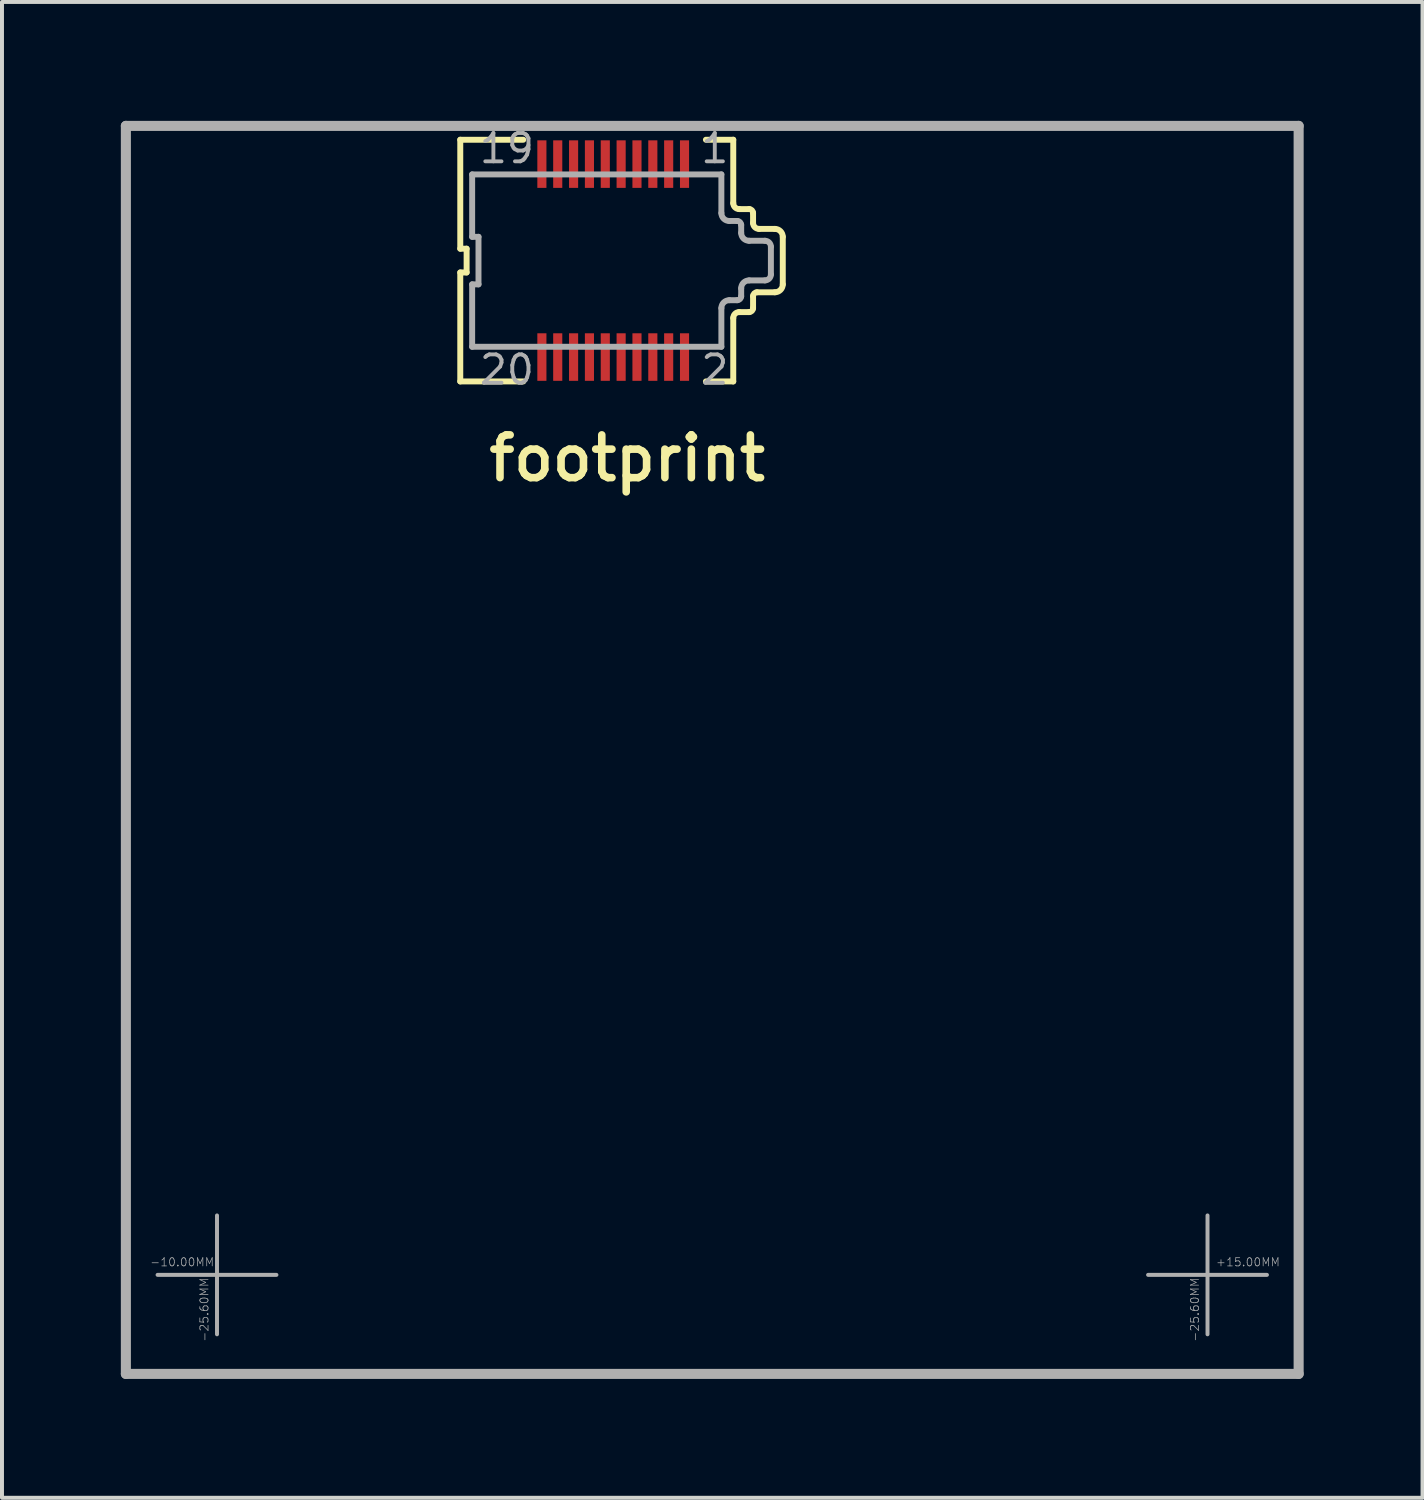
<source format=kicad_pcb>
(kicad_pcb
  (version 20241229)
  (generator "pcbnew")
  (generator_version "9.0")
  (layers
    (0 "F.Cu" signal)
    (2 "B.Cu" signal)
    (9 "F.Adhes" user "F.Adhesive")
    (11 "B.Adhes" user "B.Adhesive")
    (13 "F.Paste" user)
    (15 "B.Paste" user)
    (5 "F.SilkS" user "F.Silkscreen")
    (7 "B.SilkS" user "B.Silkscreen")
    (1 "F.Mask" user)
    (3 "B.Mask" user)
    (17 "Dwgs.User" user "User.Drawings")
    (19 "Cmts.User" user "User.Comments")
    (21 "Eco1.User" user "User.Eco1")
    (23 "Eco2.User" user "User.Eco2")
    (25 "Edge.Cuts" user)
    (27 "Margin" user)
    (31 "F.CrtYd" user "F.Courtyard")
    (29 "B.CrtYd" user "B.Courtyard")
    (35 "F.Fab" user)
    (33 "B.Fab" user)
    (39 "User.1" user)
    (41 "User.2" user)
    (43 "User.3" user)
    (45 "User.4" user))
  (footprint "footprint"
    (layer "F.Cu")
    (at 12.427 3.527)
    (property "Reference" "footprint" (at -3.24 5.62 0) (layer "F.SilkS") (effects (font (size 1.079 1.079) (thickness 0.191)) (justify left bottom)))
    (fp_poly (pts (xy -1.975 -1.75) (xy -1.625 -1.75) (xy -1.625 -3.1) (xy -1.975 -3.1)) (stroke (width 0) (type solid)) (fill yes) (layer "F.Mask"))
    (fp_poly (pts (xy -1.975 3.1) (xy -1.625 3.1) (xy -1.625 1.75) (xy -1.975 1.75)) (stroke (width 0) (type solid)) (fill yes) (layer "F.Mask"))
    (fp_poly (pts (xy -1.575 -1.75) (xy -1.225 -1.75) (xy -1.225 -3.1) (xy -1.575 -3.1)) (stroke (width 0) (type solid)) (fill yes) (layer "F.Mask"))
    (fp_poly (pts (xy -1.575 3.1) (xy -1.225 3.1) (xy -1.225 1.75) (xy -1.575 1.75)) (stroke (width 0) (type solid)) (fill yes) (layer "F.Mask"))
    (fp_poly (pts (xy -1.175 -1.75) (xy -0.825 -1.75) (xy -0.825 -3.1) (xy -1.175 -3.1)) (stroke (width 0) (type solid)) (fill yes) (layer "F.Mask"))
    (fp_poly (pts (xy -1.175 3.1) (xy -0.825 3.1) (xy -0.825 1.75) (xy -1.175 1.75)) (stroke (width 0) (type solid)) (fill yes) (layer "F.Mask"))
    (fp_poly (pts (xy -0.775 -1.75) (xy -0.425 -1.75) (xy -0.425 -3.1) (xy -0.775 -3.1)) (stroke (width 0) (type solid)) (fill yes) (layer "F.Mask"))
    (fp_poly (pts (xy -0.775 3.1) (xy -0.425 3.1) (xy -0.425 1.75) (xy -0.775 1.75)) (stroke (width 0) (type solid)) (fill yes) (layer "F.Mask"))
    (fp_poly (pts (xy -0.375 -1.75) (xy -0.025 -1.75) (xy -0.025 -3.1) (xy -0.375 -3.1)) (stroke (width 0) (type solid)) (fill yes) (layer "F.Mask"))
    (fp_poly (pts (xy -0.375 3.1) (xy -0.025 3.1) (xy -0.025 1.75) (xy -0.375 1.75)) (stroke (width 0) (type solid)) (fill yes) (layer "F.Mask"))
    (fp_poly (pts (xy 0.025 -1.75) (xy 0.375 -1.75) (xy 0.375 -3.1) (xy 0.025 -3.1)) (stroke (width 0) (type solid)) (fill yes) (layer "F.Mask"))
    (fp_poly (pts (xy 0.025 3.1) (xy 0.375 3.1) (xy 0.375 1.75) (xy 0.025 1.75)) (stroke (width 0) (type solid)) (fill yes) (layer "F.Mask"))
    (fp_poly (pts (xy 0.425 -1.75) (xy 0.775 -1.75) (xy 0.775 -3.1) (xy 0.425 -3.1)) (stroke (width 0) (type solid)) (fill yes) (layer "F.Mask"))
    (fp_poly (pts (xy 0.425 3.1) (xy 0.775 3.1) (xy 0.775 1.75) (xy 0.425 1.75)) (stroke (width 0) (type solid)) (fill yes) (layer "F.Mask"))
    (fp_poly (pts (xy 0.825 -1.75) (xy 1.175 -1.75) (xy 1.175 -3.1) (xy 0.825 -3.1)) (stroke (width 0) (type solid)) (fill yes) (layer "F.Mask"))
    (fp_poly (pts (xy 0.825 3.1) (xy 1.175 3.1) (xy 1.175 1.75) (xy 0.825 1.75)) (stroke (width 0) (type solid)) (fill yes) (layer "F.Mask"))
    (fp_poly (pts (xy 1.225 -1.75) (xy 1.575 -1.75) (xy 1.575 -3.1) (xy 1.225 -3.1)) (stroke (width 0) (type solid)) (fill yes) (layer "F.Mask"))
    (fp_poly (pts (xy 1.225 3.1) (xy 1.575 3.1) (xy 1.575 1.75) (xy 1.225 1.75)) (stroke (width 0) (type solid)) (fill yes) (layer "F.Mask"))
    (fp_poly (pts (xy 1.625 -1.75) (xy 1.975 -1.75) (xy 1.975 -3.1) (xy 1.625 -3.1)) (stroke (width 0) (type solid)) (fill yes) (layer "F.Mask"))
    (fp_poly (pts (xy 1.625 3.1) (xy 1.975 3.1) (xy 1.975 1.75) (xy 1.625 1.75)) (stroke (width 0) (type solid)) (fill yes) (layer "F.Mask"))
    (fp_line (start -3.86 -0.3) (end -3.86 -3.05) (stroke (width 0.15) (type solid)) (layer "F.SilkS"))
    (fp_line (start -3.86 0.3) (end -3.7 0.3) (stroke (width 0.15) (type solid)) (layer "F.SilkS"))
    (fp_line (start -3.86 3.05) (end -3.86 0.3) (stroke (width 0.15) (type solid)) (layer "F.SilkS"))
    (fp_line (start -3.7 -0.3) (end -3.86 -0.3) (stroke (width 0.15) (type solid)) (layer "F.SilkS"))
    (fp_line (start -3.7 0.3) (end -3.7 -0.3) (stroke (width 0.15) (type solid)) (layer "F.SilkS"))
    (fp_line (start -2.27 -3.05) (end -3.86 -3.05) (stroke (width 0.15) (type solid)) (layer "F.SilkS"))
    (fp_line (start -2.27 3.05) (end -3.86 3.05) (stroke (width 0.15) (type solid)) (layer "F.SilkS"))
    (fp_line (start 3.03 -3.05) (end 2.34 -3.05) (stroke (width 0.15) (type solid)) (layer "F.SilkS"))
    (fp_line (start 3.03 -3.05) (end 3.03 -1.45) (stroke (width 0.15) (type solid)) (layer "F.SilkS"))
    (fp_line (start 3.03 1.45) (end 3.03 3.05) (stroke (width 0.15) (type solid)) (layer "F.SilkS"))
    (fp_line (start 3.03 3.05) (end 2.34 3.05) (stroke (width 0.15) (type solid)) (layer "F.SilkS"))
    (fp_line (start 3.18 -1.3) (end 3.43 -1.3) (stroke (width 0.15) (type solid)) (layer "F.SilkS"))
    (fp_line (start 3.43 1.3) (end 3.18 1.3) (stroke (width 0.15) (type solid)) (layer "F.SilkS"))
    (fp_line (start 3.53 -1.2) (end 3.53 -0.95) (stroke (width 0.15) (type solid)) (layer "F.SilkS"))
    (fp_line (start 3.53 0.9) (end 3.53 1.2) (stroke (width 0.15) (type solid)) (layer "F.SilkS"))
    (fp_line (start 3.68 -0.8) (end 4.08 -0.8) (stroke (width 0.15) (type solid)) (layer "F.SilkS"))
    (fp_line (start 4.08 0.8) (end 3.63 0.8) (stroke (width 0.15) (type solid)) (layer "F.SilkS"))
    (fp_line (start 4.28 -0.6) (end 4.28 0.6) (stroke (width 0.15) (type solid)) (layer "F.SilkS"))
    (fp_arc (start 3.03 1.45) (mid 3.073934 1.343934) (end 3.18 1.3) (stroke (width 0.15) (type solid)) (layer "F.SilkS"))
    (fp_arc (start 3.18 -1.3) (mid 3.073934 -1.343934) (end 3.03 -1.45) (stroke (width 0.15) (type solid)) (layer "F.SilkS"))
    (fp_arc (start 3.43 -1.3) (mid 3.500711 -1.270711) (end 3.53 -1.2) (stroke (width 0.15) (type solid)) (layer "F.SilkS"))
    (fp_arc (start 3.53 0.9) (mid 3.559289 0.829289) (end 3.63 0.8) (stroke (width 0.15) (type solid)) (layer "F.SilkS"))
    (fp_arc (start 3.53 1.2) (mid 3.500711 1.270711) (end 3.43 1.3) (stroke (width 0.15) (type solid)) (layer "F.SilkS"))
    (fp_arc (start 3.68 -0.8) (mid 3.573934 -0.843934) (end 3.53 -0.95) (stroke (width 0.15) (type solid)) (layer "F.SilkS"))
    (fp_arc (start 4.08 -0.8) (mid 4.221421 -0.741421) (end 4.28 -0.6) (stroke (width 0.15) (type solid)) (layer "F.SilkS"))
    (fp_arc (start 4.28 0.6) (mid 4.221421 0.741421) (end 4.08 0.8) (stroke (width 0.15) (type solid)) (layer "F.SilkS"))
    (fp_poly (pts (xy -1.9 -1.9) (xy -1.7 -1.9) (xy -1.7 -2.9) (xy -1.9 -2.9)) (stroke (width 0) (type solid)) (fill yes) (layer "F.Paste"))
    (fp_poly (pts (xy -1.7 1.9) (xy -1.9 1.9) (xy -1.9 2.9) (xy -1.7 2.9)) (stroke (width 0) (type solid)) (fill yes) (layer "F.Paste"))
    (fp_poly (pts (xy -1.5 -1.9) (xy -1.3 -1.9) (xy -1.3 -2.9) (xy -1.5 -2.9)) (stroke (width 0) (type solid)) (fill yes) (layer "F.Paste"))
    (fp_poly (pts (xy -1.3 1.9) (xy -1.5 1.9) (xy -1.5 2.9) (xy -1.3 2.9)) (stroke (width 0) (type solid)) (fill yes) (layer "F.Paste"))
    (fp_poly (pts (xy -1.1 -1.9) (xy -0.9 -1.9) (xy -0.9 -2.9) (xy -1.1 -2.9)) (stroke (width 0) (type solid)) (fill yes) (layer "F.Paste"))
    (fp_poly (pts (xy -0.9 1.9) (xy -1.1 1.9) (xy -1.1 2.9) (xy -0.9 2.9)) (stroke (width 0) (type solid)) (fill yes) (layer "F.Paste"))
    (fp_poly (pts (xy -0.7 -1.9) (xy -0.5 -1.9) (xy -0.5 -2.9) (xy -0.7 -2.9)) (stroke (width 0) (type solid)) (fill yes) (layer "F.Paste"))
    (fp_poly (pts (xy -0.5 1.9) (xy -0.7 1.9) (xy -0.7 2.9) (xy -0.5 2.9)) (stroke (width 0) (type solid)) (fill yes) (layer "F.Paste"))
    (fp_poly (pts (xy -0.3 -1.9) (xy -0.1 -1.9) (xy -0.1 -2.9) (xy -0.3 -2.9)) (stroke (width 0) (type solid)) (fill yes) (layer "F.Paste"))
    (fp_poly (pts (xy -0.1 1.9) (xy -0.3 1.9) (xy -0.3 2.9) (xy -0.1 2.9)) (stroke (width 0) (type solid)) (fill yes) (layer "F.Paste"))
    (fp_poly (pts (xy 0.1 -1.9) (xy 0.3 -1.9) (xy 0.3 -2.9) (xy 0.1 -2.9)) (stroke (width 0) (type solid)) (fill yes) (layer "F.Paste"))
    (fp_poly (pts (xy 0.3 1.9) (xy 0.1 1.9) (xy 0.1 2.9) (xy 0.3 2.9)) (stroke (width 0) (type solid)) (fill yes) (layer "F.Paste"))
    (fp_poly (pts (xy 0.5 -1.9) (xy 0.7 -1.9) (xy 0.7 -2.9) (xy 0.5 -2.9)) (stroke (width 0) (type solid)) (fill yes) (layer "F.Paste"))
    (fp_poly (pts (xy 0.7 1.9) (xy 0.5 1.9) (xy 0.5 2.9) (xy 0.7 2.9)) (stroke (width 0) (type solid)) (fill yes) (layer "F.Paste"))
    (fp_poly (pts (xy 0.9 -1.9) (xy 1.1 -1.9) (xy 1.1 -2.9) (xy 0.9 -2.9)) (stroke (width 0) (type solid)) (fill yes) (layer "F.Paste"))
    (fp_poly (pts (xy 1.1 1.9) (xy 0.9 1.9) (xy 0.9 2.9) (xy 1.1 2.9)) (stroke (width 0) (type solid)) (fill yes) (layer "F.Paste"))
    (fp_poly (pts (xy 1.3 -1.9) (xy 1.5 -1.9) (xy 1.5 -2.9) (xy 1.3 -2.9)) (stroke (width 0) (type solid)) (fill yes) (layer "F.Paste"))
    (fp_poly (pts (xy 1.5 1.9) (xy 1.3 1.9) (xy 1.3 2.9) (xy 1.5 2.9)) (stroke (width 0) (type solid)) (fill yes) (layer "F.Paste"))
    (fp_poly (pts (xy 1.7 -1.9) (xy 1.9 -1.9) (xy 1.9 -2.9) (xy 1.7 -2.9)) (stroke (width 0) (type solid)) (fill yes) (layer "F.Paste"))
    (fp_poly (pts (xy 1.9 1.9) (xy 1.7 1.9) (xy 1.7 2.9) (xy 1.9 2.9)) (stroke (width 0) (type solid)) (fill yes) (layer "F.Paste"))
    (fp_line (start -12.3 -3.4) (end -12.3 28.1) (stroke (width 0.254) (type solid)) (layer "F.Fab"))
    (fp_line (start -12.3 28.1) (end 17.3 28.1) (stroke (width 0.254) (type solid)) (layer "F.Fab"))
    (fp_line (start -10 27.1) (end -10 24.1) (stroke (width 0.1) (type solid)) (layer "F.Fab"))
    (fp_line (start -8.5 25.6) (end -11.5 25.6) (stroke (width 0.1) (type solid)) (layer "F.Fab"))
    (fp_line (start -3.56 -2.175) (end 2.73 -2.175) (stroke (width 0.15) (type solid)) (layer "F.Fab"))
    (fp_line (start -3.56 -0.6) (end -3.56 -2.175) (stroke (width 0.15) (type solid)) (layer "F.Fab"))
    (fp_line (start -3.56 0.6) (end -3.4 0.6) (stroke (width 0.15) (type solid)) (layer "F.Fab"))
    (fp_line (start -3.56 2.175) (end -3.56 0.6) (stroke (width 0.15) (type solid)) (layer "F.Fab"))
    (fp_line (start -3.4 -0.6) (end -3.56 -0.6) (stroke (width 0.15) (type solid)) (layer "F.Fab"))
    (fp_line (start -3.4 0.6) (end -3.4 -0.6) (stroke (width 0.15) (type solid)) (layer "F.Fab"))
    (fp_line (start 2.73 -2.175) (end 2.73 -1.2) (stroke (width 0.15) (type solid)) (layer "F.Fab"))
    (fp_line (start 2.73 1.2) (end 2.73 2.175) (stroke (width 0.15) (type solid)) (layer "F.Fab"))
    (fp_line (start 2.73 2.175) (end -3.56 2.175) (stroke (width 0.15) (type solid)) (layer "F.Fab"))
    (fp_line (start 2.93 -1) (end 3.13 -1) (stroke (width 0.15) (type solid)) (layer "F.Fab"))
    (fp_line (start 3.13 1) (end 2.93 1) (stroke (width 0.15) (type solid)) (layer "F.Fab"))
    (fp_line (start 3.23 -0.9) (end 3.23 -0.7) (stroke (width 0.15) (type solid)) (layer "F.Fab"))
    (fp_line (start 3.23 0.7) (end 3.23 0.9) (stroke (width 0.15) (type solid)) (layer "F.Fab"))
    (fp_line (start 3.43 -0.5) (end 3.83 -0.5) (stroke (width 0.15) (type solid)) (layer "F.Fab"))
    (fp_line (start 3.83 0.5) (end 3.43 0.5) (stroke (width 0.15) (type solid)) (layer "F.Fab"))
    (fp_line (start 3.98 -0.35) (end 3.98 0.35) (stroke (width 0.15) (type solid)) (layer "F.Fab"))
    (fp_line (start 15 27.1) (end 15 24.1) (stroke (width 0.1) (type solid)) (layer "F.Fab"))
    (fp_line (start 16.5 25.6) (end 13.5 25.6) (stroke (width 0.1) (type solid)) (layer "F.Fab"))
    (fp_line (start 17.3 -3.4) (end -12.3 -3.4) (stroke (width 0.254) (type solid)) (layer "F.Fab"))
    (fp_line (start 17.3 28.1) (end 17.3 -3.4) (stroke (width 0.254) (type solid)) (layer "F.Fab"))
    (fp_arc (start 2.73 1.2) (mid 2.788579 1.058579) (end 2.93 1) (stroke (width 0.15) (type solid)) (layer "F.Fab"))
    (fp_arc (start 2.93 -1) (mid 2.788579 -1.058579) (end 2.73 -1.2) (stroke (width 0.15) (type solid)) (layer "F.Fab"))
    (fp_arc (start 3.13 -1) (mid 3.200711 -0.970711) (end 3.23 -0.9) (stroke (width 0.15) (type solid)) (layer "F.Fab"))
    (fp_arc (start 3.23 0.7) (mid 3.288579 0.558579) (end 3.43 0.5) (stroke (width 0.15) (type solid)) (layer "F.Fab"))
    (fp_arc (start 3.23 0.9) (mid 3.200711 0.970711) (end 3.13 1) (stroke (width 0.15) (type solid)) (layer "F.Fab"))
    (fp_arc (start 3.43 -0.5) (mid 3.288579 -0.558579) (end 3.23 -0.7) (stroke (width 0.15) (type solid)) (layer "F.Fab"))
    (fp_arc (start 3.83 -0.5) (mid 3.936066 -0.456066) (end 3.98 -0.35) (stroke (width 0.15) (type solid)) (layer "F.Fab"))
    (fp_arc (start 3.98 0.35) (mid 3.936066 0.456066) (end 3.83 0.5) (stroke (width 0.15) (type solid)) (layer "F.Fab"))
    (fp_text user "-10.00MM" (at -11.7 25.4 0) (layer "F.Fab") (effects (font (size 0.207 0.207) (thickness 0.018)) (justify left bottom)))
    (fp_text user "19" (at -3.429 -2.413 0) (layer "F.Fab") (effects (font (size 0.715 0.715) (thickness 0.098)) (justify left bottom)))
    (fp_text user "+15.00MM" (at 15.2 25.4 0) (layer "F.Fab") (effects (font (size 0.207 0.207) (thickness 0.018)) (justify left bottom)))
    (fp_text user "20" (at -3.429 3.175 0) (layer "F.Fab") (effects (font (size 0.715 0.715) (thickness 0.098)) (justify left bottom)))
    (fp_text user "1" (at 2.159 -2.413 0) (layer "F.Fab") (effects (font (size 0.715 0.715) (thickness 0.098)) (justify left bottom)))
    (fp_text user "-25.60MM" (at -10.2 27.3 90) (layer "F.Fab") (effects (font (size 0.207 0.207) (thickness 0.018)) (justify left bottom)))
    (fp_text user "-25.60MM" (at 14.8 27.3 90) (layer "F.Fab") (effects (font (size 0.207 0.207) (thickness 0.018)) (justify left bottom)))
    (fp_text user "2" (at 2.159 3.175 0) (layer "F.Fab") (effects (font (size 0.715 0.715) (thickness 0.098)) (justify left bottom)))
    (pad "1" smd rect (at 1.8 -2.435 90) (size 1.2 0.23) (layers "F.Cu"))
    (pad "2" smd rect (at 1.8 2.435 90) (size 1.2 0.23) (layers "F.Cu"))
    (pad "3" smd rect (at 1.4 -2.435 90) (size 1.2 0.23) (layers "F.Cu"))
    (pad "4" smd rect (at 1.4 2.435 90) (size 1.2 0.23) (layers "F.Cu"))
    (pad "5" smd rect (at 1 -2.435 90) (size 1.2 0.23) (layers "F.Cu"))
    (pad "6" smd rect (at 1 2.435 90) (size 1.2 0.23) (layers "F.Cu"))
    (pad "7" smd rect (at 0.6 -2.435 90) (size 1.2 0.23) (layers "F.Cu"))
    (pad "8" smd rect (at 0.6 2.435 90) (size 1.2 0.23) (layers "F.Cu"))
    (pad "9" smd rect (at 0.2 -2.435 90) (size 1.2 0.23) (layers "F.Cu"))
    (pad "10" smd rect (at 0.2 2.435 90) (size 1.2 0.23) (layers "F.Cu"))
    (pad "11" smd rect (at -0.2 -2.435 90) (size 1.2 0.23) (layers "F.Cu"))
    (pad "12" smd rect (at -0.2 2.435 90) (size 1.2 0.23) (layers "F.Cu"))
    (pad "13" smd rect (at -0.6 -2.435 90) (size 1.2 0.23) (layers "F.Cu"))
    (pad "14" smd rect (at -0.6 2.435 90) (size 1.2 0.23) (layers "F.Cu"))
    (pad "15" smd rect (at -1 -2.435 90) (size 1.2 0.23) (layers "F.Cu"))
    (pad "16" smd rect (at -1 2.435 90) (size 1.2 0.23) (layers "F.Cu"))
    (pad "17" smd rect (at -1.4 -2.435 90) (size 1.2 0.23) (layers "F.Cu"))
    (pad "18" smd rect (at -1.4 2.435 90) (size 1.2 0.23) (layers "F.Cu"))
    (pad "19" smd rect (at -1.8 -2.435 90) (size 1.2 0.23) (layers "F.Cu"))
    (pad "20" smd rect (at -1.8 2.435 90) (size 1.2 0.23) (layers "F.Cu")))
  (gr_rect
    (start -3 -3)
    (end 32.854 34.754)
    (stroke (width 0.1) (type default))
    (fill no)
    (layer "Edge.Cuts")))
</source>
